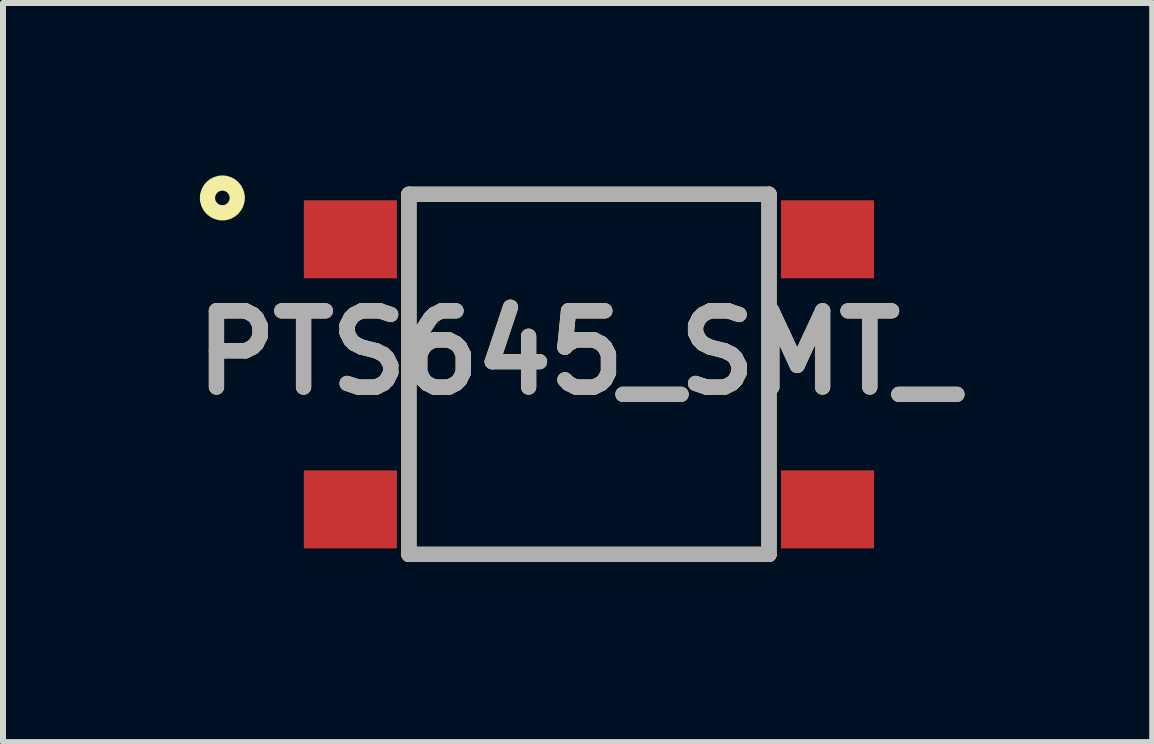
<source format=kicad_pcb>
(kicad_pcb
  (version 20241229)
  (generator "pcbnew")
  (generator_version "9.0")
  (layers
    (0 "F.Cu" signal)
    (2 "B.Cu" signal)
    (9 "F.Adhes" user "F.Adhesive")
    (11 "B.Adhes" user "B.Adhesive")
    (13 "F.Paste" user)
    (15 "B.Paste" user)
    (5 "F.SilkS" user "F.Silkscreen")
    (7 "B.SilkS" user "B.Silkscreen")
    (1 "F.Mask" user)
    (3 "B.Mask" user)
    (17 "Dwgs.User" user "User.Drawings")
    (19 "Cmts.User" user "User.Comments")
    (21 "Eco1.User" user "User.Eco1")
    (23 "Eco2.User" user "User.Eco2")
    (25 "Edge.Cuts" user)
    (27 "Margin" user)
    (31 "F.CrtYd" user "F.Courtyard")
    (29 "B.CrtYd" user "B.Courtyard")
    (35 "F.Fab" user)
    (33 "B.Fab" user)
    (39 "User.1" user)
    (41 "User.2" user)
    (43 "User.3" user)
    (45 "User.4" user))
  (footprint "PTS645_SMT_"
    (layer "F.Cu")
    (at 6.763 3.187)
    (property "Reference" "PTS645_SMT_" (at -0.189 -0.362 0) (layer "F.SilkS") (effects (font (size 1.27 1.27) (thickness 0.254))))
    (attr smd)
    (fp_line (start -3 -3) (end -3 3) (stroke (width 0.254) (type solid)) (layer "F.SilkS"))
    (fp_line (start -3 3) (end 3 3) (stroke (width 0.254) (type solid)) (layer "F.SilkS"))
    (fp_line (start 3 -3) (end -3 -3) (stroke (width 0.254) (type solid)) (layer "F.SilkS"))
    (fp_line (start 3 3) (end 3 -3) (stroke (width 0.254) (type solid)) (layer "F.SilkS"))
    (fp_circle (center -6.108 -2.939) (end -6.108 -2.818) (stroke (width 0.254) (type solid)) (fill no) (layer "F.SilkS"))
    (fp_line (start -3 -3) (end 3 -3) (stroke (width 0.254) (type solid)) (layer "F.Fab"))
    (fp_line (start -3 3) (end -3 -3) (stroke (width 0.254) (type solid)) (layer "F.Fab"))
    (fp_line (start 3 -3) (end 3 3) (stroke (width 0.254) (type solid)) (layer "F.Fab"))
    (fp_line (start 3 3) (end -3 3) (stroke (width 0.254) (type solid)) (layer "F.Fab"))
    (fp_text user "${REFERENCE}" (at -0.189 -0.362 0) (layer "F.Fab") (effects (font (size 1.27 1.27) (thickness 0.254))))
    (pad "1" smd rect (at -3.975 -2.25 90) (size 1.3 1.55) (layers "F.Cu" "F.Mask" "F.Paste"))
    (pad "2" smd rect (at 3.975 -2.25 90) (size 1.3 1.55) (layers "F.Cu" "F.Mask" "F.Paste"))
    (pad "3" smd rect (at -3.975 2.25 90) (size 1.3 1.55) (layers "F.Cu" "F.Mask" "F.Paste"))
    (pad "4" smd rect (at 3.975 2.25 90) (size 1.3 1.55) (layers "F.Cu" "F.Mask" "F.Paste")))
  (gr_rect
    (start -3 -3)
    (end 16.148 9.314)
    (stroke (width 0.1) (type default))
    (fill no)
    (layer "Edge.Cuts")))
</source>
